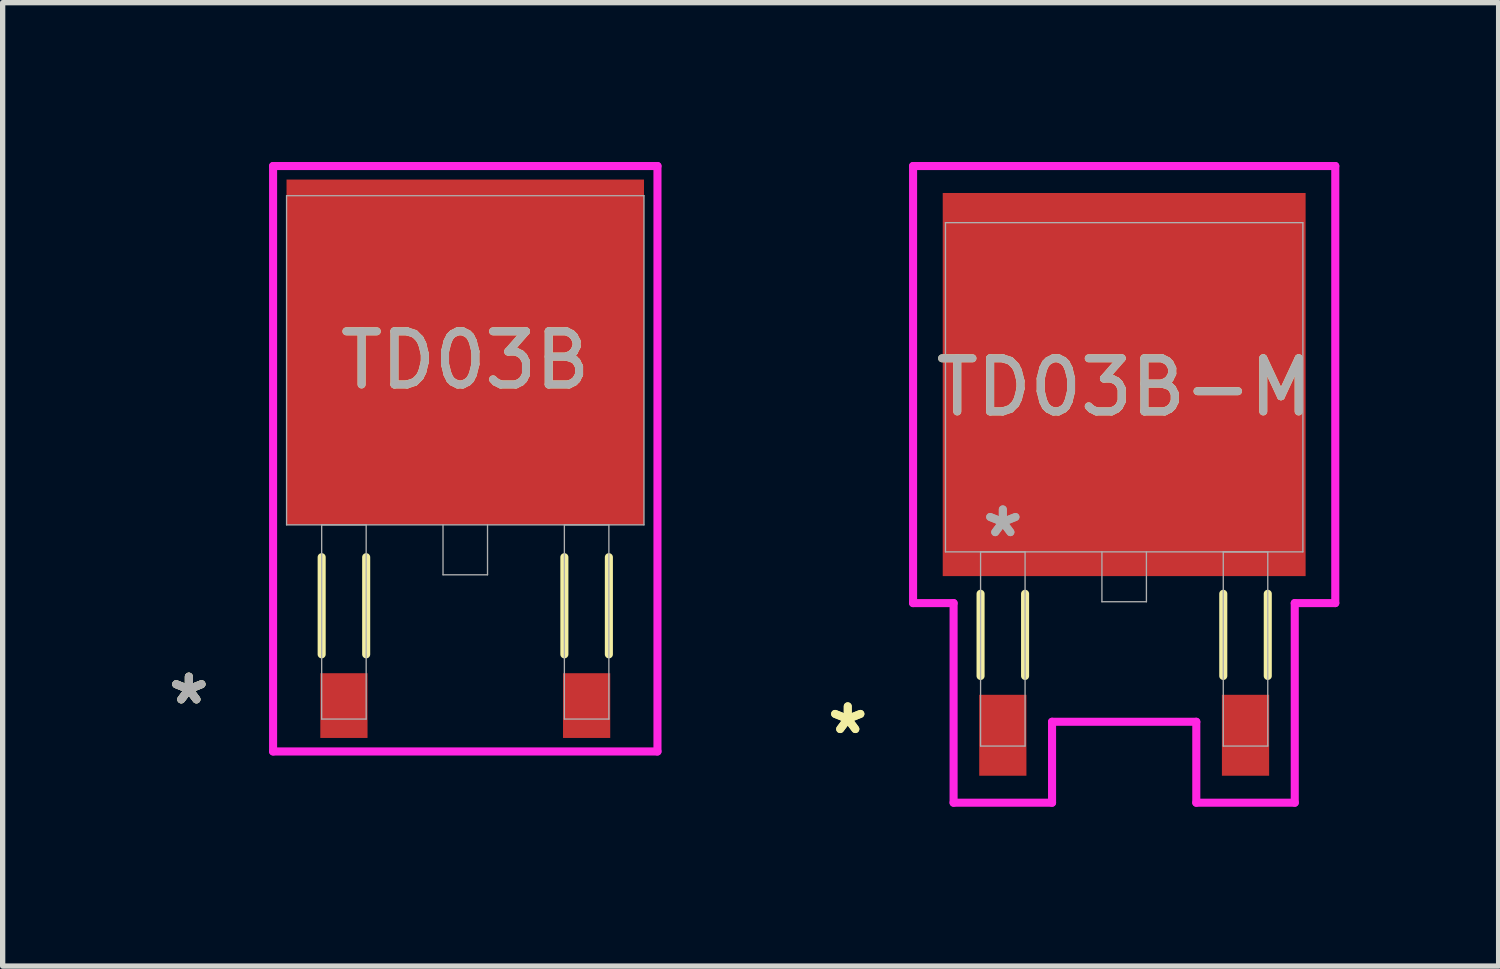
<source format=kicad_pcb>
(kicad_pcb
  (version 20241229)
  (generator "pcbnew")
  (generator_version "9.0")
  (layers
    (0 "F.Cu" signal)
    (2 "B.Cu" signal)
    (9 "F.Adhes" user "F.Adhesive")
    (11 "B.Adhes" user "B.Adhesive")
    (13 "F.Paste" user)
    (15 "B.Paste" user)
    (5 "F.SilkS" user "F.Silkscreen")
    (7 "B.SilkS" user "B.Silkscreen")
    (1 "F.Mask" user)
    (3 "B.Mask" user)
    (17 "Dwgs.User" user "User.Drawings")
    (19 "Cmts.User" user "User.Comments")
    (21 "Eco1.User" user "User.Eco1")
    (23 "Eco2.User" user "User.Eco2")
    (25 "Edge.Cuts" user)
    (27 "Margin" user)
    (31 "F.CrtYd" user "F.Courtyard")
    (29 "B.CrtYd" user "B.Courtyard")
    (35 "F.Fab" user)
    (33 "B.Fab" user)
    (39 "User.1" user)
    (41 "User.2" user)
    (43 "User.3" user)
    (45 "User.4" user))
  (footprint "TD03B-M"
    (layer "F.Cu")
    (at 18.118 4.242)
    (property "Reference" "TD03B-M" (at 0 0 0) (unlocked yes) (layer "F.SilkS") (effects (font (size 1 1) (thickness 0.15))))
    (attr smd)
    (fp_line (start -2.704 3.889) (end -2.704 5.436) (stroke (width 0.152) (type solid)) (layer "F.SilkS"))
    (fp_line (start -1.866 3.889) (end -1.866 5.436) (stroke (width 0.152) (type solid)) (layer "F.SilkS"))
    (fp_line (start 1.866 3.889) (end 1.866 5.436) (stroke (width 0.152) (type solid)) (layer "F.SilkS"))
    (fp_line (start 2.704 3.889) (end 2.704 5.436) (stroke (width 0.152) (type solid)) (layer "F.SilkS"))
    (fp_line (start -3.975 -4.166) (end 3.975 -4.166) (stroke (width 0.152) (type solid)) (layer "F.CrtYd"))
    (fp_line (start -3.975 4.064) (end -3.975 -4.166) (stroke (width 0.152) (type solid)) (layer "F.CrtYd"))
    (fp_line (start -3.212 4.064) (end -3.975 4.064) (stroke (width 0.152) (type solid)) (layer "F.CrtYd"))
    (fp_line (start -3.212 7.823) (end -3.212 4.064) (stroke (width 0.152) (type solid)) (layer "F.CrtYd"))
    (fp_line (start -1.358 6.299) (end -1.358 7.823) (stroke (width 0.152) (type solid)) (layer "F.CrtYd"))
    (fp_line (start -1.358 7.823) (end -3.212 7.823) (stroke (width 0.152) (type solid)) (layer "F.CrtYd"))
    (fp_line (start 1.358 6.299) (end -1.358 6.299) (stroke (width 0.152) (type solid)) (layer "F.CrtYd"))
    (fp_line (start 1.358 7.823) (end 1.358 6.299) (stroke (width 0.152) (type solid)) (layer "F.CrtYd"))
    (fp_line (start 3.212 4.064) (end 3.212 7.823) (stroke (width 0.152) (type solid)) (layer "F.CrtYd"))
    (fp_line (start 3.212 7.823) (end 1.358 7.823) (stroke (width 0.152) (type solid)) (layer "F.CrtYd"))
    (fp_line (start 3.975 -4.166) (end 3.975 4.064) (stroke (width 0.152) (type solid)) (layer "F.CrtYd"))
    (fp_line (start 3.975 4.064) (end 3.212 4.064) (stroke (width 0.152) (type solid)) (layer "F.CrtYd"))
    (fp_line (start -3.365 -3.099) (end -3.365 3.099) (stroke (width 0.025) (type solid)) (layer "F.Fab"))
    (fp_line (start -3.365 3.099) (end 3.365 3.099) (stroke (width 0.025) (type solid)) (layer "F.Fab"))
    (fp_line (start -2.704 3.099) (end -2.704 6.756) (stroke (width 0.025) (type solid)) (layer "F.Fab"))
    (fp_line (start -2.704 6.756) (end -1.866 6.756) (stroke (width 0.025) (type solid)) (layer "F.Fab"))
    (fp_line (start -1.866 3.099) (end -2.704 3.099) (stroke (width 0.025) (type solid)) (layer "F.Fab"))
    (fp_line (start -1.866 6.756) (end -1.866 3.099) (stroke (width 0.025) (type solid)) (layer "F.Fab"))
    (fp_line (start -0.419 3.099) (end -0.419 4.039) (stroke (width 0.025) (type solid)) (layer "F.Fab"))
    (fp_line (start -0.419 4.039) (end 0.419 4.039) (stroke (width 0.025) (type solid)) (layer "F.Fab"))
    (fp_line (start 0.419 4.039) (end 0.419 3.099) (stroke (width 0.025) (type solid)) (layer "F.Fab"))
    (fp_line (start 1.866 3.099) (end 1.866 6.756) (stroke (width 0.025) (type solid)) (layer "F.Fab"))
    (fp_line (start 1.866 6.756) (end 2.704 6.756) (stroke (width 0.025) (type solid)) (layer "F.Fab"))
    (fp_line (start 2.704 3.099) (end 1.866 3.099) (stroke (width 0.025) (type solid)) (layer "F.Fab"))
    (fp_line (start 2.704 6.756) (end 2.704 3.099) (stroke (width 0.025) (type solid)) (layer "F.Fab"))
    (fp_line (start 3.365 -3.099) (end -3.365 -3.099) (stroke (width 0.025) (type solid)) (layer "F.Fab"))
    (fp_line (start 3.365 3.099) (end 3.365 -3.099) (stroke (width 0.025) (type solid)) (layer "F.Fab"))
    (fp_text user "*" (at -5.205 6.553 0) (unlocked yes) (layer "F.SilkS") (effects (font (size 1 1) (thickness 0.15))))
    (fp_text user "*" (at -5.205 6.553 0) (layer "F.SilkS") (effects (font (size 1 1) (thickness 0.15))))
    (fp_text user "${REFERENCE}" (at 0 0 0) (unlocked yes) (layer "F.Fab") (effects (font (size 1 1) (thickness 0.15))))
    (fp_text user "*" (at -2.285 2.845 0) (unlocked yes) (layer "F.Fab") (effects (font (size 1 1) (thickness 0.15))))
    (fp_text user "*" (at -2.285 2.845 0) (layer "F.Fab") (effects (font (size 1 1) (thickness 0.15))))
    (pad "1" smd rect (at -2.285 6.553) (size 0.889 1.524) (layers "F.Cu" "F.Mask" "F.Paste"))
    (pad "2" smd rect (at 0 -0.051) (size 6.833 7.214) (layers "F.Cu" "F.Mask" "F.Paste"))
    (pad "3" smd rect (at 2.285 6.553) (size 0.889 1.524) (layers "F.Cu" "F.Mask" "F.Paste")))
  (footprint "TD03B"
    (layer "F.Cu")
    (at 5.711 3.734)
    (property "Reference" "TD03B" (at 0 0 0) (unlocked yes) (layer "F.SilkS") (effects (font (size 1 1) (thickness 0.15))))
    (attr smd)
    (fp_line (start -2.704 3.708) (end -2.704 5.537) (stroke (width 0.152) (type solid)) (layer "F.SilkS"))
    (fp_line (start -1.866 3.708) (end -1.866 5.537) (stroke (width 0.152) (type solid)) (layer "F.SilkS"))
    (fp_line (start 1.866 3.708) (end 1.866 5.537) (stroke (width 0.152) (type solid)) (layer "F.SilkS"))
    (fp_line (start 2.704 3.708) (end 2.704 5.537) (stroke (width 0.152) (type solid)) (layer "F.SilkS"))
    (fp_line (start -3.619 -3.658) (end 3.619 -3.658) (stroke (width 0.152) (type solid)) (layer "F.CrtYd"))
    (fp_line (start -3.619 7.366) (end -3.619 -3.658) (stroke (width 0.152) (type solid)) (layer "F.CrtYd"))
    (fp_line (start 3.619 -3.658) (end 3.619 7.366) (stroke (width 0.152) (type solid)) (layer "F.CrtYd"))
    (fp_line (start 3.619 7.366) (end -3.619 7.366) (stroke (width 0.152) (type solid)) (layer "F.CrtYd"))
    (fp_line (start -3.365 -3.099) (end -3.365 3.099) (stroke (width 0.025) (type solid)) (layer "F.Fab"))
    (fp_line (start -3.365 3.099) (end 3.365 3.099) (stroke (width 0.025) (type solid)) (layer "F.Fab"))
    (fp_line (start -2.704 3.099) (end -2.704 6.756) (stroke (width 0.025) (type solid)) (layer "F.Fab"))
    (fp_line (start -2.704 6.756) (end -1.866 6.756) (stroke (width 0.025) (type solid)) (layer "F.Fab"))
    (fp_line (start -1.866 3.099) (end -2.704 3.099) (stroke (width 0.025) (type solid)) (layer "F.Fab"))
    (fp_line (start -1.866 6.756) (end -1.866 3.099) (stroke (width 0.025) (type solid)) (layer "F.Fab"))
    (fp_line (start -0.419 3.099) (end -0.419 4.039) (stroke (width 0.025) (type solid)) (layer "F.Fab"))
    (fp_line (start -0.419 4.039) (end 0.419 4.039) (stroke (width 0.025) (type solid)) (layer "F.Fab"))
    (fp_line (start 0.419 4.039) (end 0.419 3.099) (stroke (width 0.025) (type solid)) (layer "F.Fab"))
    (fp_line (start 1.866 3.099) (end 1.866 6.756) (stroke (width 0.025) (type solid)) (layer "F.Fab"))
    (fp_line (start 1.866 6.756) (end 2.704 6.756) (stroke (width 0.025) (type solid)) (layer "F.Fab"))
    (fp_line (start 2.704 3.099) (end 1.866 3.099) (stroke (width 0.025) (type solid)) (layer "F.Fab"))
    (fp_line (start 2.704 6.756) (end 2.704 3.099) (stroke (width 0.025) (type solid)) (layer "F.Fab"))
    (fp_line (start 3.365 -3.099) (end -3.365 -3.099) (stroke (width 0.025) (type solid)) (layer "F.Fab"))
    (fp_line (start 3.365 3.099) (end 3.365 -3.099) (stroke (width 0.025) (type solid)) (layer "F.Fab"))
    (fp_text user "*" (at -5.205 6.502 0) (unlocked yes) (layer "F.SilkS") (effects (font (size 1 1) (thickness 0.15))))
    (fp_text user "*" (at -5.205 6.502 0) (layer "F.SilkS") (effects (font (size 1 1) (thickness 0.15))))
    (fp_text user "*" (at -5.205 6.502 0) (layer "F.Fab") (effects (font (size 1 1) (thickness 0.15))))
    (fp_text user "${REFERENCE}" (at 0 0 0) (unlocked yes) (layer "F.Fab") (effects (font (size 1 1) (thickness 0.15))))
    (fp_text user "*" (at -5.205 6.502 0) (unlocked yes) (layer "F.Fab") (effects (font (size 1 1) (thickness 0.15))))
    (pad "1" smd rect (at -2.285 6.502) (size 0.889 1.219) (layers "F.Cu" "F.Mask" "F.Paste"))
    (pad "2" smd rect (at 0 -0.152) (size 6.731 6.502) (layers "F.Cu" "F.Mask" "F.Paste"))
    (pad "3" smd rect (at 2.285 6.502) (size 0.889 1.219) (layers "F.Cu" "F.Mask" "F.Paste")))
  (gr_rect
    (start -3 -3)
    (end 25.169 15.141)
    (stroke (width 0.1) (type default))
    (fill no)
    (layer "Edge.Cuts")))
</source>
